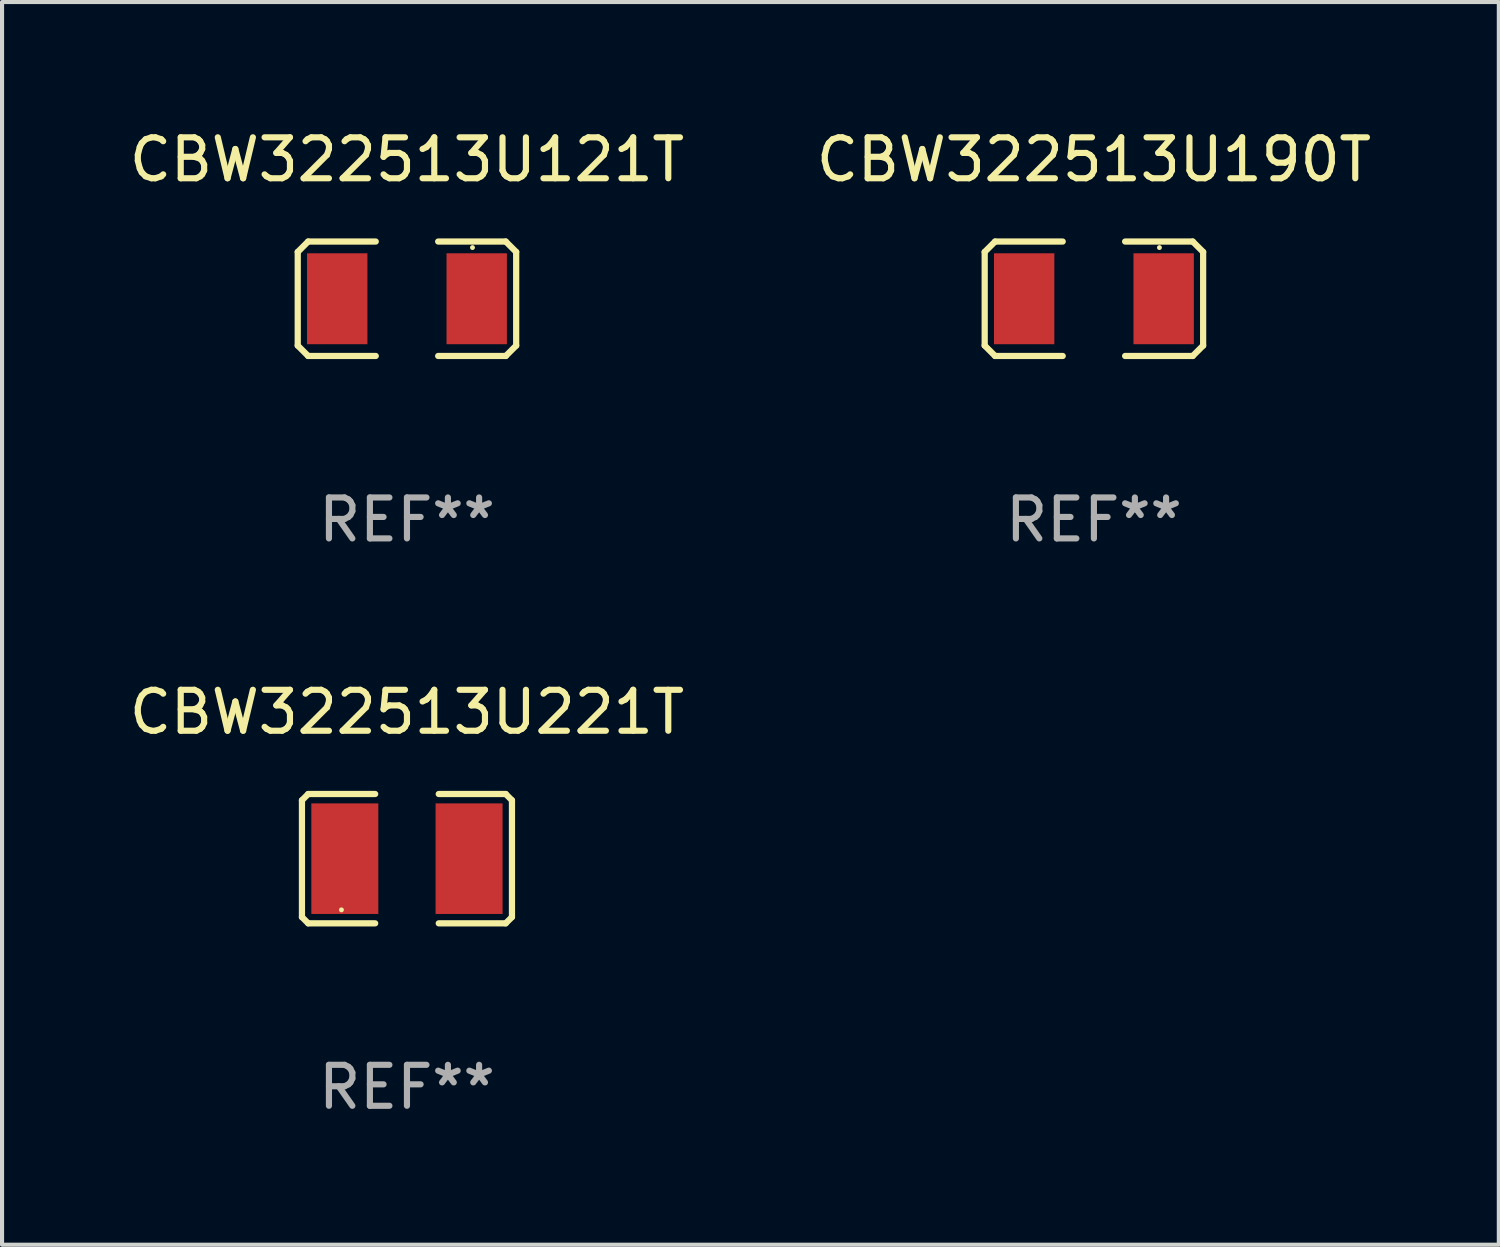
<source format=kicad_pcb>
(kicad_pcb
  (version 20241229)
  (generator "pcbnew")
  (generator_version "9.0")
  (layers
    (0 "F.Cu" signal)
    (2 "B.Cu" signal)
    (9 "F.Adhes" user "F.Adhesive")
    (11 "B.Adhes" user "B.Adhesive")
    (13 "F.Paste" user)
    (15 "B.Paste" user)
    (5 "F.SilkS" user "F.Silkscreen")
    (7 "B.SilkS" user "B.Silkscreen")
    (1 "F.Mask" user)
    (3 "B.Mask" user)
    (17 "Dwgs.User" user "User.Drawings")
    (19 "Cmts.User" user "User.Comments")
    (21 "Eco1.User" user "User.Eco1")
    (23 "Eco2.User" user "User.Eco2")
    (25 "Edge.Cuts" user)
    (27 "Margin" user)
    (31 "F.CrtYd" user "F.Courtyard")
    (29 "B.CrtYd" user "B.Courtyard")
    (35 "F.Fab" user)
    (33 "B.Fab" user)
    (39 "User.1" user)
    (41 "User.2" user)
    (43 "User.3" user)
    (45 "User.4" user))
  (footprint "CBW322513U190T"
    (layer "F.Cu")
    (at 23.661 4.245)
    (property "Reference" "CBW322513U190T" (at 0 -3.397 0) (layer "F.SilkS") (effects (font (size 1 1) (thickness 0.15))))
    (attr through_hole)
    (fp_line (start -2.667 -1.143) (end -2.413 -1.397) (stroke (width 0.152) (type solid)) (layer "F.SilkS"))
    (fp_line (start -2.667 1.143) (end -2.667 -1.143) (stroke (width 0.152) (type solid)) (layer "F.SilkS"))
    (fp_line (start -2.413 -1.397) (end -0.762 -1.397) (stroke (width 0.152) (type solid)) (layer "F.SilkS"))
    (fp_line (start -2.413 1.397) (end -2.667 1.143) (stroke (width 0.152) (type solid)) (layer "F.SilkS"))
    (fp_line (start -0.762 1.397) (end -2.413 1.397) (stroke (width 0.152) (type solid)) (layer "F.SilkS"))
    (fp_line (start 0.762 -1.397) (end 2.413 -1.397) (stroke (width 0.152) (type solid)) (layer "F.SilkS"))
    (fp_line (start 2.413 -1.397) (end 2.667 -1.143) (stroke (width 0.152) (type solid)) (layer "F.SilkS"))
    (fp_line (start 2.413 1.397) (end 0.762 1.397) (stroke (width 0.152) (type solid)) (layer "F.SilkS"))
    (fp_line (start 2.667 -1.143) (end 2.667 1.143) (stroke (width 0.152) (type solid)) (layer "F.SilkS"))
    (fp_line (start 2.667 1.143) (end 2.413 1.397) (stroke (width 0.152) (type solid)) (layer "F.SilkS"))
    (fp_circle (center 1.6 -1.25) (end 1.63 -1.25) (stroke (width 0.06) (type solid)) (fill no) (layer "F.SilkS"))
    (fp_text user "REF**" (at 0 5.397 0) (layer "F.Fab") (effects (font (size 1 1) (thickness 0.15))))
    (pad "1" smd rect (at 1.703 0) (size 1.474 2.22) (layers "F.Cu" "F.Mask" "F.Paste"))
    (pad "2" smd rect (at -1.703 0) (size 1.474 2.22) (layers "F.Cu" "F.Mask" "F.Paste")))
  (footprint "CBW322513U221T"
    (layer "F.Cu")
    (at 6.887 17.917)
    (property "Reference" "CBW322513U221T" (at 0 -3.579 0) (layer "F.SilkS") (effects (font (size 1 1) (thickness 0.15))))
    (attr through_hole)
    (fp_line (start -2.564 -1.426) (end -2.564 1.426) (stroke (width 0.152) (type solid)) (layer "F.SilkS"))
    (fp_line (start -2.564 1.426) (end -2.411 1.579) (stroke (width 0.152) (type solid)) (layer "F.SilkS"))
    (fp_line (start -2.411 -1.579) (end -2.564 -1.426) (stroke (width 0.152) (type solid)) (layer "F.SilkS"))
    (fp_line (start -2.411 1.579) (end -0.776 1.579) (stroke (width 0.152) (type solid)) (layer "F.SilkS"))
    (fp_line (start -0.776 -1.579) (end -2.411 -1.579) (stroke (width 0.152) (type solid)) (layer "F.SilkS"))
    (fp_line (start 0.776 -1.579) (end 2.411 -1.579) (stroke (width 0.152) (type solid)) (layer "F.SilkS"))
    (fp_line (start 2.411 -1.579) (end 2.564 -1.426) (stroke (width 0.152) (type solid)) (layer "F.SilkS"))
    (fp_line (start 2.411 1.579) (end 0.776 1.579) (stroke (width 0.152) (type solid)) (layer "F.SilkS"))
    (fp_line (start 2.564 -1.426) (end 2.564 1.426) (stroke (width 0.152) (type solid)) (layer "F.SilkS"))
    (fp_line (start 2.564 1.426) (end 2.411 1.579) (stroke (width 0.152) (type solid)) (layer "F.SilkS"))
    (fp_circle (center -1.6 1.25) (end -1.57 1.25) (stroke (width 0.06) (type solid)) (fill no) (layer "F.SilkS"))
    (fp_text user "REF**" (at 0 5.579 0) (layer "F.Fab") (effects (font (size 1 1) (thickness 0.15))))
    (pad "1" smd rect (at -1.517 -0.000013) (size 1.635 2.7) (layers "F.Cu" "F.Mask" "F.Paste"))
    (pad "2" smd rect (at 1.517 -0.000013) (size 1.635 2.7) (layers "F.Cu" "F.Mask" "F.Paste")))
  (footprint "CBW322513U121T"
    (layer "F.Cu")
    (at 6.887 4.245)
    (property "Reference" "CBW322513U121T" (at 0 -3.397 0) (layer "F.SilkS") (effects (font (size 1 1) (thickness 0.15))))
    (attr through_hole)
    (fp_line (start -2.667 -1.143) (end -2.413 -1.397) (stroke (width 0.152) (type solid)) (layer "F.SilkS"))
    (fp_line (start -2.667 1.143) (end -2.667 -1.143) (stroke (width 0.152) (type solid)) (layer "F.SilkS"))
    (fp_line (start -2.413 -1.397) (end -0.762 -1.397) (stroke (width 0.152) (type solid)) (layer "F.SilkS"))
    (fp_line (start -2.413 1.397) (end -2.667 1.143) (stroke (width 0.152) (type solid)) (layer "F.SilkS"))
    (fp_line (start -0.762 1.397) (end -2.413 1.397) (stroke (width 0.152) (type solid)) (layer "F.SilkS"))
    (fp_line (start 0.762 -1.397) (end 2.413 -1.397) (stroke (width 0.152) (type solid)) (layer "F.SilkS"))
    (fp_line (start 2.413 -1.397) (end 2.667 -1.143) (stroke (width 0.152) (type solid)) (layer "F.SilkS"))
    (fp_line (start 2.413 1.397) (end 0.762 1.397) (stroke (width 0.152) (type solid)) (layer "F.SilkS"))
    (fp_line (start 2.667 -1.143) (end 2.667 1.143) (stroke (width 0.152) (type solid)) (layer "F.SilkS"))
    (fp_line (start 2.667 1.143) (end 2.413 1.397) (stroke (width 0.152) (type solid)) (layer "F.SilkS"))
    (fp_circle (center 1.6 -1.25) (end 1.63 -1.25) (stroke (width 0.06) (type solid)) (fill no) (layer "F.SilkS"))
    (fp_text user "REF**" (at 0 5.397 0) (layer "F.Fab") (effects (font (size 1 1) (thickness 0.15))))
    (pad "1" smd rect (at 1.703 0) (size 1.474 2.22) (layers "F.Cu" "F.Mask" "F.Paste"))
    (pad "2" smd rect (at -1.703 0) (size 1.474 2.22) (layers "F.Cu" "F.Mask" "F.Paste")))
  (gr_rect
    (start -3 -3)
    (end 33.548 27.344)
    (stroke (width 0.1) (type default))
    (fill no)
    (layer "Edge.Cuts")))
</source>
